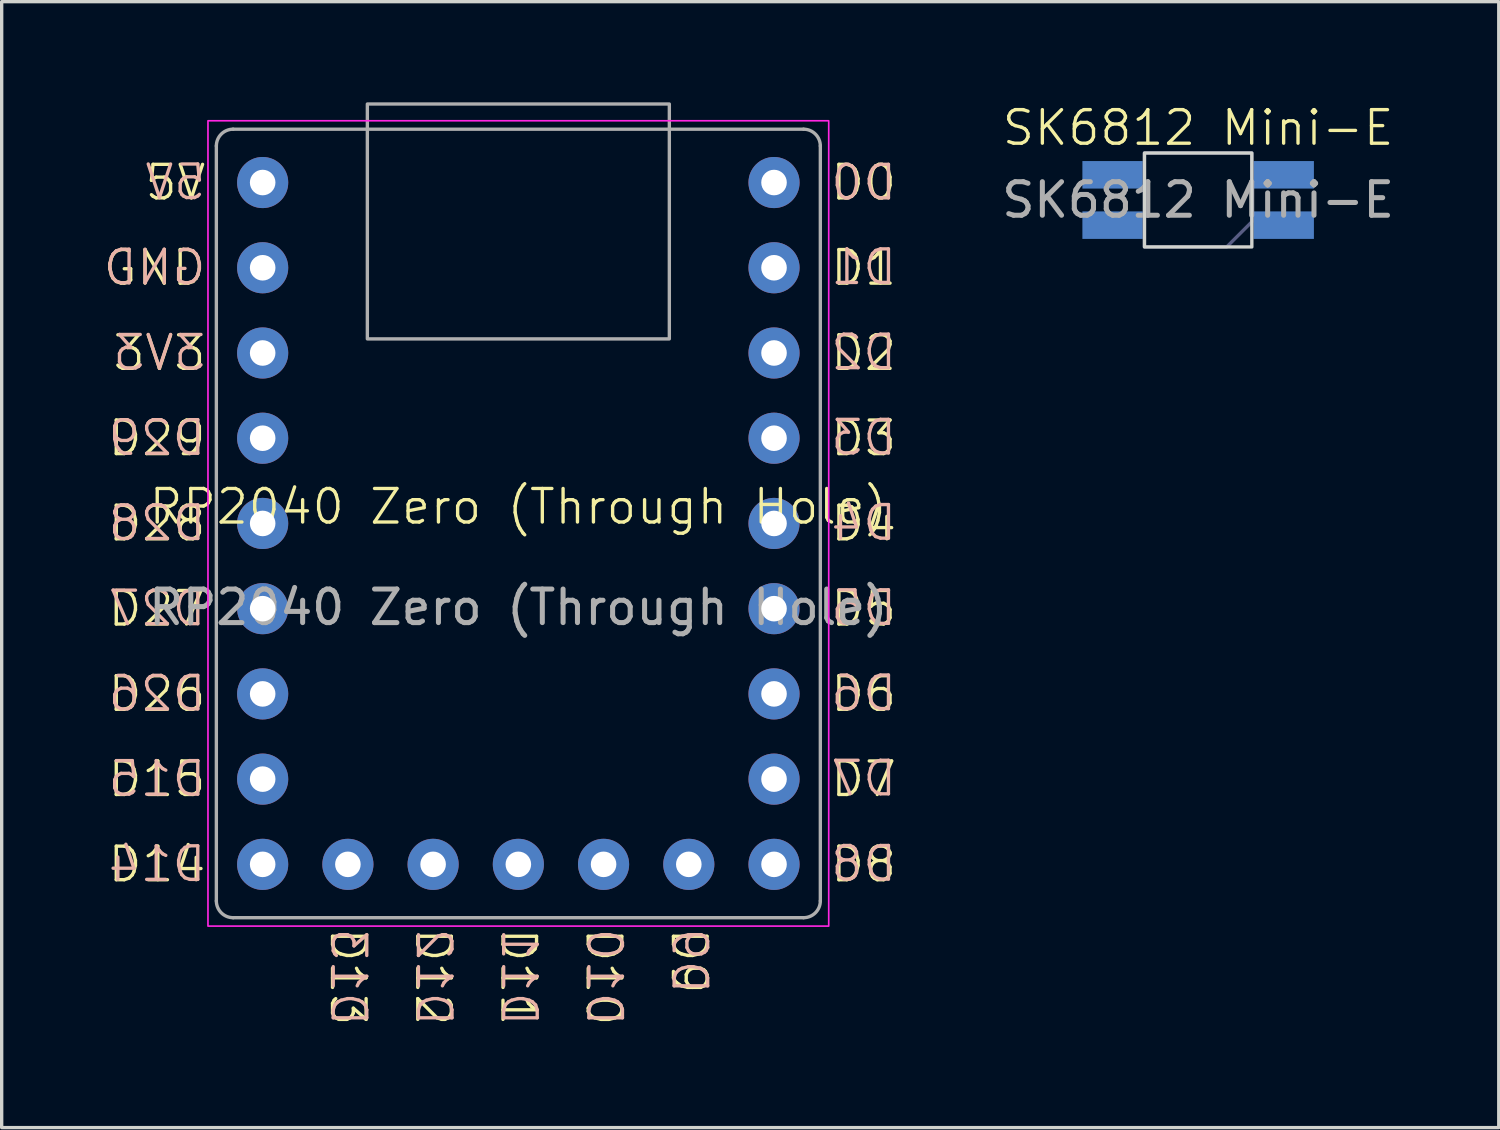
<source format=kicad_pcb>
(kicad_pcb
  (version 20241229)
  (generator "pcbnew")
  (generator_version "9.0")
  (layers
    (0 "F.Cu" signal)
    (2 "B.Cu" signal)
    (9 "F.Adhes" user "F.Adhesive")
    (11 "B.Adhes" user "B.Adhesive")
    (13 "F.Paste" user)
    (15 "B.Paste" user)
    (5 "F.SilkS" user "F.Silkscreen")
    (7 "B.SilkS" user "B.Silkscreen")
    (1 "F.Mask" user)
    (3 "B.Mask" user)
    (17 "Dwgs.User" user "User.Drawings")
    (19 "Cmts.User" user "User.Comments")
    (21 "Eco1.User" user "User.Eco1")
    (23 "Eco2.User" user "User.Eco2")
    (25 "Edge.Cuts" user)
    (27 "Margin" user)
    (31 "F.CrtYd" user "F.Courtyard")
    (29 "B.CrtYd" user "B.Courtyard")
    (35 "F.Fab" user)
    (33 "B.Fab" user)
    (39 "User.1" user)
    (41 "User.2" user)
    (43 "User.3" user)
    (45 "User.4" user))
  (footprint "RP2040 Zero (Through Hole)"
    (layer "F.Cu")
    (at 12.398 12.55)
    (property "Reference" "RP2040 Zero (Through Hole)" (at 0 -0.5 0) (unlocked yes) (layer "F.SilkS") (effects (font (size 1 1) (thickness 0.1))))
    (attr through_hole)
    (fp_rect (start -9.25 -12) (end 9.25 12) (stroke (width 0.05) (type default)) (fill no) (layer "F.CrtYd"))
    (fp_line (start -9 11.25) (end -9 -11.25) (stroke (width 0.1) (type default)) (layer "F.Fab"))
    (fp_line (start -8.5 -11.75) (end 8.5 -11.75) (stroke (width 0.1) (type default)) (layer "F.Fab"))
    (fp_line (start 8.5 11.75) (end -8.5 11.75) (stroke (width 0.1) (type default)) (layer "F.Fab"))
    (fp_line (start 9 -11.25) (end 9 11.25) (stroke (width 0.1) (type default)) (layer "F.Fab"))
    (fp_rect (start -4.5 -12.5) (end 4.5 -5.5) (stroke (width 0.1) (type default)) (fill no) (layer "F.Fab"))
    (fp_arc (start -9 -11.25) (mid -8.853553 -11.603553) (end -8.5 -11.75) (stroke (width 0.1) (type default)) (layer "F.Fab"))
    (fp_arc (start -8.5 11.75) (mid -8.853553 11.603553) (end -9 11.25) (stroke (width 0.1) (type default)) (layer "F.Fab"))
    (fp_arc (start 8.5 -11.75) (mid 8.853553 -11.603553) (end 9 -11.25) (stroke (width 0.1) (type default)) (layer "F.Fab"))
    (fp_arc (start 9 11.25) (mid 8.853553 11.603553) (end 8.5 11.75) (stroke (width 0.1) (type default)) (layer "F.Fab"))
    (fp_text user "D1" (at 9.25 -7.62 0) (unlocked yes) (layer "F.SilkS") (effects (font (size 1 1) (thickness 0.1)) (justify left)))
    (fp_text user "3V3" (at -9.25 -5.08 0) (unlocked yes) (layer "F.SilkS") (effects (font (size 1 1) (thickness 0.1)) (justify right)))
    (fp_text user "D28" (at -9.25 0 0) (unlocked yes) (layer "F.SilkS") (effects (font (size 1 1) (thickness 0.1)) (justify right)))
    (fp_text user "D11" (at 0 12 270) (unlocked yes) (layer "F.SilkS") (effects (font (size 1 1) (thickness 0.1)) (justify left)))
    (fp_text user "D4" (at 9.25 0 0) (unlocked yes) (layer "F.SilkS") (effects (font (size 1 1) (thickness 0.1)) (justify left)))
    (fp_text user "D27" (at -9.25 2.54 0) (unlocked yes) (layer "F.SilkS") (effects (font (size 1 1) (thickness 0.1)) (justify right)))
    (fp_text user "D9" (at 5.08 12 270) (unlocked yes) (layer "F.SilkS") (effects (font (size 1 1) (thickness 0.1)) (justify left)))
    (fp_text user "D29" (at -9.25 -2.54 0) (unlocked yes) (layer "F.SilkS") (effects (font (size 1 1) (thickness 0.1)) (justify right)))
    (fp_text user "D10" (at 2.54 12 270) (unlocked yes) (layer "F.SilkS") (effects (font (size 1 1) (thickness 0.1)) (justify left)))
    (fp_text user "D13" (at -5.08 12 270) (unlocked yes) (layer "F.SilkS") (effects (font (size 1 1) (thickness 0.1)) (justify left)))
    (fp_text user "D0" (at 9.25 -10.16 0) (unlocked yes) (layer "F.SilkS") (effects (font (size 1 1) (thickness 0.1)) (justify left)))
    (fp_text user "D8" (at 9.25 10.16 0) (unlocked yes) (layer "F.SilkS") (effects (font (size 1 1) (thickness 0.1)) (justify left)))
    (fp_text user "D14" (at -9.25 10.16 0) (unlocked yes) (layer "F.SilkS") (effects (font (size 1 1) (thickness 0.1)) (justify right)))
    (fp_text user "D2" (at 9.25 -5.08 0) (unlocked yes) (layer "F.SilkS") (effects (font (size 1 1) (thickness 0.1)) (justify left)))
    (fp_text user "D26" (at -9.25 5.08 0) (unlocked yes) (layer "F.SilkS") (effects (font (size 1 1) (thickness 0.1)) (justify right)))
    (fp_text user "D5" (at 9.25 2.54 0) (unlocked yes) (layer "F.SilkS") (effects (font (size 1 1) (thickness 0.1)) (justify left)))
    (fp_text user "D3" (at 9.25 -2.54 0) (unlocked yes) (layer "F.SilkS") (effects (font (size 1 1) (thickness 0.1)) (justify left)))
    (fp_text user "D12" (at -2.54 12 270) (unlocked yes) (layer "F.SilkS") (effects (font (size 1 1) (thickness 0.1)) (justify left)))
    (fp_text user "D15" (at -9.25 7.62 0) (unlocked yes) (layer "F.SilkS") (effects (font (size 1 1) (thickness 0.1)) (justify right)))
    (fp_text user "D6" (at 9.25 5.08 0) (unlocked yes) (layer "F.SilkS") (effects (font (size 1 1) (thickness 0.1)) (justify left)))
    (fp_text user "5V" (at -9.25 -10.16 0) (unlocked yes) (layer "F.SilkS") (effects (font (size 1 1) (thickness 0.1)) (justify right)))
    (fp_text user "GND" (at -9.25 -7.62 0) (unlocked yes) (layer "F.SilkS") (effects (font (size 1 1) (thickness 0.1)) (justify right)))
    (fp_text user "D7" (at 9.25 7.62 0) (unlocked yes) (layer "F.SilkS") (effects (font (size 1 1) (thickness 0.1)) (justify left)))
    (fp_text user "D4" (at 9.25 -0.02 0) (unlocked yes) (layer "B.SilkS") (effects (font (size 1 1) (thickness 0.1)) (justify right mirror)))
    (fp_text user "D5" (at 9.25 2.52 0) (unlocked yes) (layer "B.SilkS") (effects (font (size 1 1) (thickness 0.1)) (justify right mirror)))
    (fp_text user "D29" (at -9.25 -2.55 0) (unlocked yes) (layer "B.SilkS") (effects (font (size 1 1) (thickness 0.1)) (justify left mirror)))
    (fp_text user "D7" (at 9.25 7.6 0) (unlocked yes) (layer "B.SilkS") (effects (font (size 1 1) (thickness 0.1)) (justify right mirror)))
    (fp_text user "D8" (at 9.25 10.14 0) (unlocked yes) (layer "B.SilkS") (effects (font (size 1 1) (thickness 0.1)) (justify right mirror)))
    (fp_text user "D6" (at 9.25 5.06 0) (unlocked yes) (layer "B.SilkS") (effects (font (size 1 1) (thickness 0.1)) (justify right mirror)))
    (fp_text user "5V" (at -9.25 -10.17 0) (unlocked yes) (layer "B.SilkS") (effects (font (size 1 1) (thickness 0.1)) (justify left mirror)))
    (fp_text user "D10" (at 2.56 12 270) (unlocked yes) (layer "B.SilkS") (effects (font (size 1 1) (thickness 0.1)) (justify right mirror)))
    (fp_text user "D26" (at -9.25 5.07 0) (unlocked yes) (layer "B.SilkS") (effects (font (size 1 1) (thickness 0.1)) (justify left mirror)))
    (fp_text user "D2" (at 9.25 -5.1 0) (unlocked yes) (layer "B.SilkS") (effects (font (size 1 1) (thickness 0.1)) (justify right mirror)))
    (fp_text user "D3" (at 9.25 -2.56 0) (unlocked yes) (layer "B.SilkS") (effects (font (size 1 1) (thickness 0.1)) (justify right mirror)))
    (fp_text user "D15" (at -9.25 7.61 0) (unlocked yes) (layer "B.SilkS") (effects (font (size 1 1) (thickness 0.1)) (justify left mirror)))
    (fp_text user "D14" (at -9.25 10.15 0) (unlocked yes) (layer "B.SilkS") (effects (font (size 1 1) (thickness 0.1)) (justify left mirror)))
    (fp_text user "D9" (at 5.1 12 270) (unlocked yes) (layer "B.SilkS") (effects (font (size 1 1) (thickness 0.1)) (justify right mirror)))
    (fp_text user "D13" (at -5.06 12 270) (unlocked yes) (layer "B.SilkS") (effects (font (size 1 1) (thickness 0.1)) (justify right mirror)))
    (fp_text user "GND" (at -9.25 -7.63 0) (unlocked yes) (layer "B.SilkS") (effects (font (size 1 1) (thickness 0.1)) (justify left mirror)))
    (fp_text user "D0" (at 9.25 -10.16 0) (unlocked yes) (layer "B.SilkS") (effects (font (size 1 1) (thickness 0.1)) (justify right mirror)))
    (fp_text user "D12" (at -2.52 12 270) (unlocked yes) (layer "B.SilkS") (effects (font (size 1 1) (thickness 0.1)) (justify right mirror)))
    (fp_text user "D27" (at -9.25 2.53 0) (unlocked yes) (layer "B.SilkS") (effects (font (size 1 1) (thickness 0.1)) (justify left mirror)))
    (fp_text user "D11" (at 0.02 12 270) (unlocked yes) (layer "B.SilkS") (effects (font (size 1 1) (thickness 0.1)) (justify right mirror)))
    (fp_text user "D28" (at -9.25 -0.01 0) (unlocked yes) (layer "B.SilkS") (effects (font (size 1 1) (thickness 0.1)) (justify left mirror)))
    (fp_text user "D1" (at 9.25 -7.64 0) (unlocked yes) (layer "B.SilkS") (effects (font (size 1 1) (thickness 0.1)) (justify right mirror)))
    (fp_text user "3V3" (at -9.25 -5.09 0) (unlocked yes) (layer "B.SilkS") (effects (font (size 1 1) (thickness 0.1)) (justify left mirror)))
    (fp_text user "${REFERENCE}" (at 0 2.5 0) (unlocked yes) (layer "F.Fab") (effects (font (size 1 1) (thickness 0.15))))
    (pad "0" thru_hole circle (at 7.62 -10.16) (size 1.524 1.524) (drill 0.762) (layers "*.Cu" "*.Mask"))
    (pad "1" thru_hole circle (at 7.62 -7.62) (size 1.524 1.524) (drill 0.762) (layers "*.Cu" "*.Mask"))
    (pad "2" thru_hole circle (at 7.62 -5.08) (size 1.524 1.524) (drill 0.762) (layers "*.Cu" "*.Mask"))
    (pad "3" thru_hole circle (at 7.62 -2.54) (size 1.524 1.524) (drill 0.762) (layers "*.Cu" "*.Mask"))
    (pad "4" thru_hole circle (at 7.62 0) (size 1.524 1.524) (drill 0.762) (layers "*.Cu" "*.Mask"))
    (pad "5" thru_hole circle (at 7.62 2.54) (size 1.524 1.524) (drill 0.762) (layers "*.Cu" "*.Mask"))
    (pad "6" thru_hole circle (at 7.62 5.08) (size 1.524 1.524) (drill 0.762) (layers "*.Cu" "*.Mask"))
    (pad "7" thru_hole circle (at 7.62 7.62) (size 1.524 1.524) (drill 0.762) (layers "*.Cu" "*.Mask"))
    (pad "8" thru_hole circle (at 7.62 10.16) (size 1.524 1.524) (drill 0.762) (layers "*.Cu" "*.Mask"))
    (pad "9" thru_hole circle (at 5.08 10.16) (size 1.524 1.524) (drill 0.762) (layers "*.Cu" "*.Mask"))
    (pad "10" thru_hole circle (at 2.54 10.16) (size 1.524 1.524) (drill 0.762) (layers "*.Cu" "*.Mask"))
    (pad "11" thru_hole circle (at 0 10.16) (size 1.524 1.524) (drill 0.762) (layers "*.Cu" "*.Mask"))
    (pad "12" thru_hole circle (at -2.54 10.16) (size 1.524 1.524) (drill 0.762) (layers "*.Cu" "*.Mask"))
    (pad "13" thru_hole circle (at -5.08 10.16) (size 1.524 1.524) (drill 0.762) (layers "*.Cu" "*.Mask"))
    (pad "14" thru_hole circle (at -7.62 10.16) (size 1.524 1.524) (drill 0.762) (layers "*.Cu" "*.Mask"))
    (pad "15" thru_hole circle (at -7.62 7.62) (size 1.524 1.524) (drill 0.762) (layers "*.Cu" "*.Mask"))
    (pad "26" thru_hole circle (at -7.62 5.08) (size 1.524 1.524) (drill 0.762) (layers "*.Cu" "*.Mask"))
    (pad "27" thru_hole circle (at -7.62 2.54) (size 1.524 1.524) (drill 0.762) (layers "*.Cu" "*.Mask"))
    (pad "28" thru_hole circle (at -7.62 0) (size 1.524 1.524) (drill 0.762) (layers "*.Cu" "*.Mask"))
    (pad "29" thru_hole circle (at -7.62 -2.54) (size 1.524 1.524) (drill 0.762) (layers "*.Cu" "*.Mask"))
    (pad "30" thru_hole circle (at -7.62 -5.08) (size 1.524 1.524) (drill 0.762) (layers "*.Cu" "*.Mask"))
    (pad "31" thru_hole circle (at -7.62 -7.62) (size 1.524 1.524) (drill 0.762) (layers "*.Cu" "*.Mask"))
    (pad "32" thru_hole circle (at -7.62 -10.16) (size 1.524 1.524) (drill 0.762) (layers "*.Cu" "*.Mask")))
  (footprint "SK6812 Mini-E"
    (layer "F.Cu")
    (at 32.658 2.91)
    (property "Reference" "SK6812 Mini-E" (at 0 -2.15 0) (unlocked yes) (layer "F.SilkS") (effects (font (size 1 1) (thickness 0.1))))
    (attr smd)
    (fp_rect (start -1.6 -1.4) (end 1.6 1.4) (stroke (width 0.1) (type default)) (fill no) (layer "Edge.Cuts"))
    (fp_poly (pts (xy -1.6 1.4) (xy -1.6 -1.4) (xy 1.6 -1.4) (xy 1.6 0.65) (xy 0.85 1.4)) (stroke (width 0.1) (type solid)) (fill no) (layer "B.Fab"))
    (fp_text user "${REFERENCE}" (at 0 0 0) (unlocked yes) (layer "F.Fab") (effects (font (size 1 1) (thickness 0.15))))
    (pad "1" smd rect (at -2.55 -0.75) (size 1.8 0.82) (layers "B.Cu" "B.Mask" "B.Paste"))
    (pad "2" smd rect (at -2.55 0.75) (size 1.8 0.82) (layers "B.Cu" "B.Mask" "B.Paste"))
    (pad "3" smd rect (at 2.55 0.75) (size 1.8 0.82) (layers "B.Cu" "B.Mask" "B.Paste"))
    (pad "4" smd rect (at 2.55 -0.75) (size 1.8 0.82) (layers "B.Cu" "B.Mask" "B.Paste")))
  (gr_rect
    (start -3 -3)
    (end 41.617 30.555)
    (stroke (width 0.1) (type default))
    (fill no)
    (layer "Edge.Cuts")))
</source>
